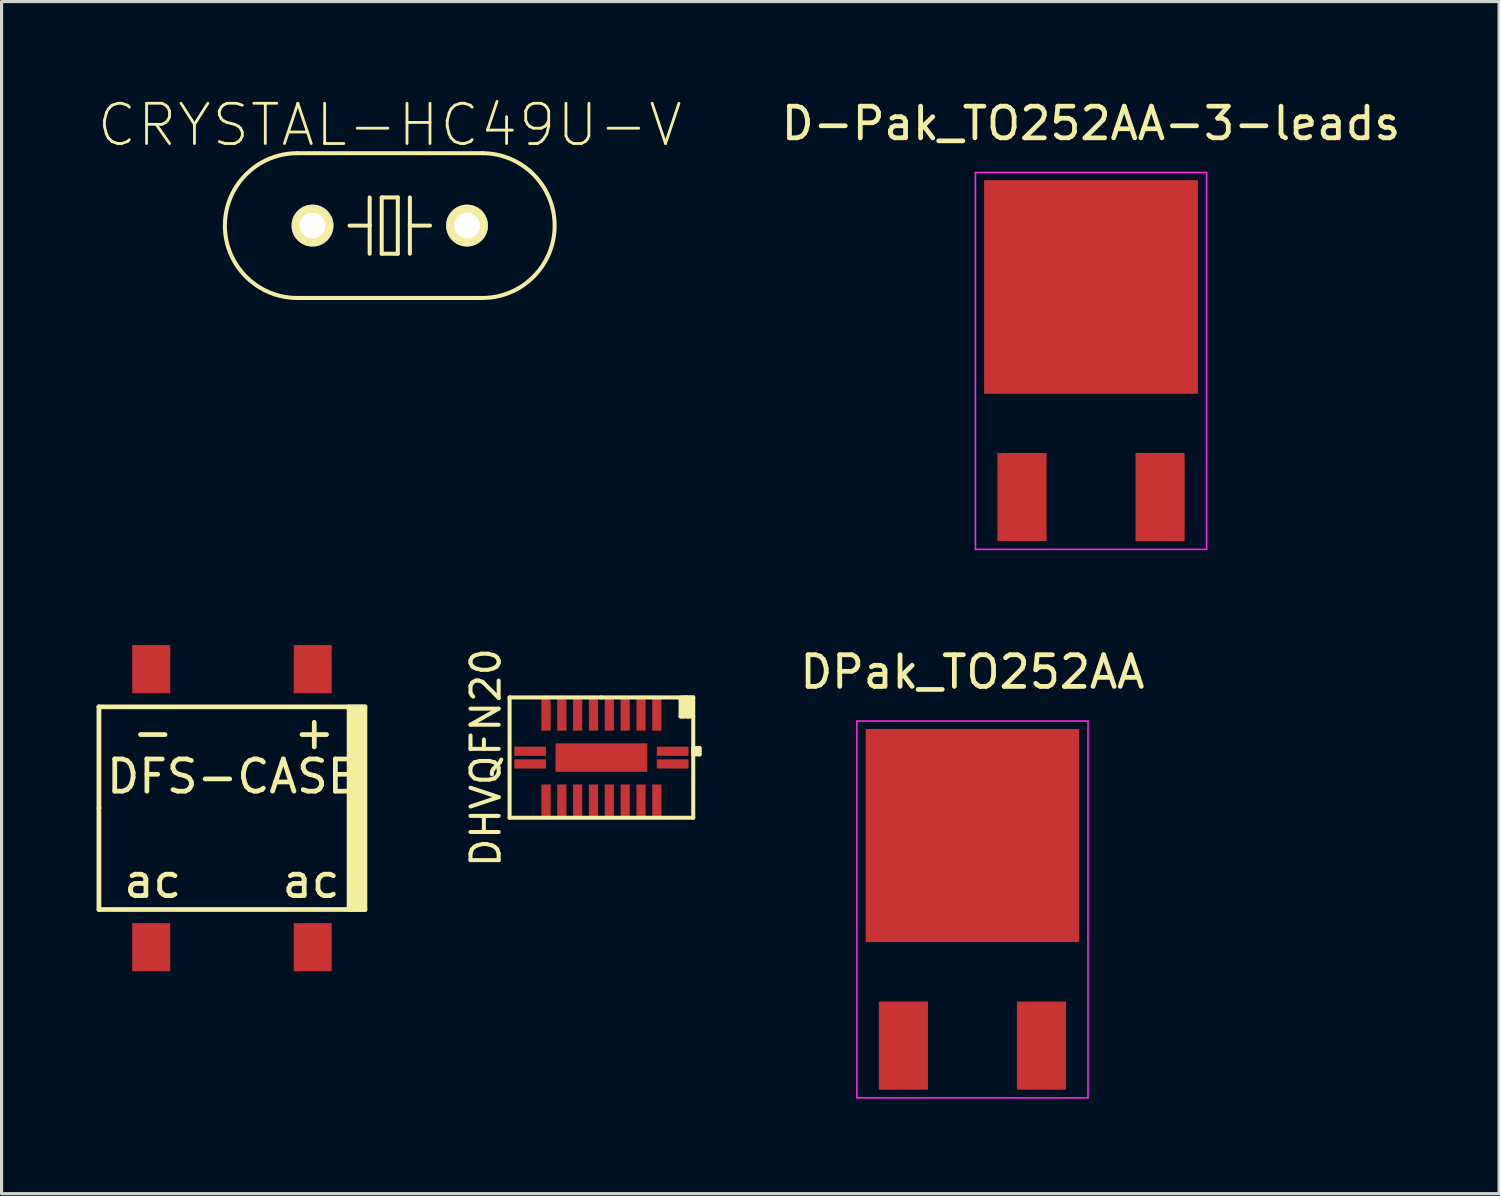
<source format=kicad_pcb>
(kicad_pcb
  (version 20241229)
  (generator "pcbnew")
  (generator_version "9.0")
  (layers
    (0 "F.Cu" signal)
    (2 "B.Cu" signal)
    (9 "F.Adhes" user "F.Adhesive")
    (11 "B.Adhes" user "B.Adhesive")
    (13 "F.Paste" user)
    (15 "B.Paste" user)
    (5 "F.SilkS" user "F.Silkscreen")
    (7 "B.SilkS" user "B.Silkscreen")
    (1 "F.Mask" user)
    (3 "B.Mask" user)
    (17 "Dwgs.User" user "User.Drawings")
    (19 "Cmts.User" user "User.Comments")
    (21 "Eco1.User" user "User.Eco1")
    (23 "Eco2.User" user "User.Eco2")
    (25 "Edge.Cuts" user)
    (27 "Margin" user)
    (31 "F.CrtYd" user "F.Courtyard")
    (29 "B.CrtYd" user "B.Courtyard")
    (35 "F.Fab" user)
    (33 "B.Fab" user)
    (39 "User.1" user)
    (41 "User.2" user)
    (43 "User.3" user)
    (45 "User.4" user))
  (footprint "DHVQFN20"
    (layer "F.Cu")
    (at 15.943 20.875)
    (property "Reference" "DHVQFN20" (at -3.65 0 90) (layer "F.SilkS") (effects (font (size 0.889 0.889) (thickness 0.127))))
    (attr through_hole)
    (fp_line (start -2.9 -1.9) (end -2.9 1.9) (stroke (width 0.127) (type solid)) (layer "F.SilkS"))
    (fp_line (start -2.9 1.9) (end 2.9 1.9) (stroke (width 0.127) (type solid)) (layer "F.SilkS"))
    (fp_line (start 0 -1.9) (end -2.9 -1.9) (stroke (width 0.127) (type solid)) (layer "F.SilkS"))
    (fp_line (start 2.5 -1.3) (end 2.5 -1.9) (stroke (width 0.127) (type solid)) (layer "F.SilkS"))
    (fp_line (start 2.5 -1.3) (end 2.9 -1.3) (stroke (width 0.127) (type solid)) (layer "F.SilkS"))
    (fp_line (start 2.6 -1.9) (end 2.6 -1.3) (stroke (width 0.127) (type solid)) (layer "F.SilkS"))
    (fp_line (start 2.6 -1.3) (end 2.5 -1.3) (stroke (width 0.127) (type solid)) (layer "F.SilkS"))
    (fp_line (start 2.7 -1.9) (end 2.6 -1.9) (stroke (width 0.127) (type solid)) (layer "F.SilkS"))
    (fp_line (start 2.7 -1.3) (end 2.7 -1.9) (stroke (width 0.127) (type solid)) (layer "F.SilkS"))
    (fp_line (start 2.8 -1.9) (end 2.8 -1.3) (stroke (width 0.127) (type solid)) (layer "F.SilkS"))
    (fp_line (start 2.8 -1.3) (end 2.7 -1.3) (stroke (width 0.127) (type solid)) (layer "F.SilkS"))
    (fp_line (start 2.9 -1.9) (end 0 -1.9) (stroke (width 0.127) (type solid)) (layer "F.SilkS"))
    (fp_line (start 2.9 -0.3) (end 3.1 -0.3) (stroke (width 0.127) (type solid)) (layer "F.SilkS"))
    (fp_line (start 2.9 -0.2) (end 3.1 -0.2) (stroke (width 0.127) (type solid)) (layer "F.SilkS"))
    (fp_line (start 2.9 -0.1) (end 2.9 -0.2) (stroke (width 0.127) (type solid)) (layer "F.SilkS"))
    (fp_line (start 2.9 1.9) (end 2.9 -1.9) (stroke (width 0.127) (type solid)) (layer "F.SilkS"))
    (fp_line (start 3.1 -0.3) (end 3.1 -0.1) (stroke (width 0.127) (type solid)) (layer "F.SilkS"))
    (fp_line (start 3.1 -0.1) (end 2.9 -0.1) (stroke (width 0.127) (type solid)) (layer "F.SilkS"))
    (pad "1" smd rect (at 2.25 -0.2) (size 1 0.29) (layers "F.Cu" "F.Mask" "F.Paste"))
    (pad "2" smd rect (at 1.75 -1.35) (size 0.29 1) (layers "F.Cu" "F.Mask" "F.Paste"))
    (pad "3" smd rect (at 1.25 -1.35) (size 0.29 1) (layers "F.Cu" "F.Mask" "F.Paste"))
    (pad "4" smd rect (at 0.75 -1.35) (size 0.29 1) (layers "F.Cu" "F.Mask" "F.Paste"))
    (pad "5" smd rect (at 0.25 -1.35) (size 0.29 1) (layers "F.Cu" "F.Mask" "F.Paste"))
    (pad "6" smd rect (at -0.25 -1.35) (size 0.29 1) (layers "F.Cu" "F.Mask" "F.Paste"))
    (pad "7" smd rect (at -0.75 -1.35) (size 0.29 1) (layers "F.Cu" "F.Mask" "F.Paste"))
    (pad "8" smd rect (at -1.25 -1.35) (size 0.29 1) (layers "F.Cu" "F.Mask" "F.Paste"))
    (pad "9" smd rect (at -1.75 -1.35) (size 0.29 1) (layers "F.Cu" "F.Mask" "F.Paste"))
    (pad "11" smd rect (at -2.25 -0.2) (size 1 0.29) (layers "F.Cu" "F.Mask" "F.Paste"))
    (pad "12" smd rect (at -2.25 0.2) (size 1 0.29) (layers "F.Cu" "F.Mask" "F.Paste"))
    (pad "12" smd rect (at -1.75 1.35) (size 0.29 1) (layers "F.Cu" "F.Mask" "F.Paste"))
    (pad "13" smd rect (at -1.25 1.35) (size 0.29 1) (layers "F.Cu" "F.Mask" "F.Paste"))
    (pad "14" smd rect (at -0.75 1.35) (size 0.29 1) (layers "F.Cu" "F.Mask" "F.Paste"))
    (pad "15" smd rect (at -0.25 1.35) (size 0.29 1) (layers "F.Cu" "F.Mask" "F.Paste"))
    (pad "16" smd rect (at 0.25 1.35) (size 0.29 1) (layers "F.Cu" "F.Mask" "F.Paste"))
    (pad "17" smd rect (at 0.75 1.35) (size 0.29 1) (layers "F.Cu" "F.Mask" "F.Paste"))
    (pad "18" smd rect (at 1.25 1.35) (size 0.29 1) (layers "F.Cu" "F.Mask" "F.Paste"))
    (pad "19" smd rect (at 1.75 1.35) (size 0.29 1) (layers "F.Cu" "F.Mask" "F.Paste"))
    (pad "20" smd rect (at 2.25 0.2) (size 1 0.29) (layers "F.Cu" "F.Mask" "F.Paste"))
    (pad "GND" smd rect (at 0 0) (size 2.9 0.9) (layers "F.Cu" "F.Mask" "F.Paste")))
  (footprint "DPak_TO252AA"
    (layer "F.Cu")
    (at 27.66 25.672)
    (property "Reference" "DPak_TO252AA" (at 0 -7.5 0) (layer "F.SilkS") (effects (font (size 1 1) (thickness 0.15))))
    (attr smd)
    (fp_line (start -3.65 -5.95) (end 3.65 -5.95) (stroke (width 0.05) (type solid)) (layer "F.CrtYd"))
    (fp_line (start -3.65 5.95) (end -3.65 -5.95) (stroke (width 0.05) (type solid)) (layer "F.CrtYd"))
    (fp_line (start 3.65 -5.95) (end 3.65 5.95) (stroke (width 0.05) (type solid)) (layer "F.CrtYd"))
    (fp_line (start 3.65 5.95) (end -3.65 5.95) (stroke (width 0.05) (type solid)) (layer "F.CrtYd"))
    (pad "1" smd rect (at -2.18 4.3) (size 1.55 2.78) (layers "F.Cu" "F.Mask" "F.Paste"))
    (pad "2" smd rect (at 0 -2.335) (size 6.74 6.73) (layers "F.Cu" "F.Mask" "F.Paste"))
    (pad "3" smd rect (at 2.18 4.3) (size 1.55 2.78) (layers "F.Cu" "F.Mask" "F.Paste")))
  (footprint "CRYSTAL-HC49U-V"
    (layer "F.Cu")
    (at 9.259 4.074)
    (property "Reference" "CRYSTAL-HC49U-V" (at 0 -3.175 0) (layer "F.SilkS") (effects (font (size 1.27 1.27) (thickness 0.089))))
    (attr exclude_from_pos_files exclude_from_bom)
    (fp_line (start -2.921 -2.286) (end 2.921 -2.286) (stroke (width 0.127) (type solid)) (layer "F.SilkS"))
    (fp_line (start -2.921 2.286) (end 2.921 2.286) (stroke (width 0.127) (type solid)) (layer "F.SilkS"))
    (fp_line (start -0.635 -0.889) (end -0.635 0) (stroke (width 0.127) (type solid)) (layer "F.SilkS"))
    (fp_line (start -0.635 0) (end -1.27 0) (stroke (width 0.127) (type solid)) (layer "F.SilkS"))
    (fp_line (start -0.635 0) (end -0.635 0.889) (stroke (width 0.127) (type solid)) (layer "F.SilkS"))
    (fp_line (start -0.254 -0.889) (end 0.254 -0.889) (stroke (width 0.127) (type solid)) (layer "F.SilkS"))
    (fp_line (start -0.254 0.889) (end -0.254 -0.889) (stroke (width 0.127) (type solid)) (layer "F.SilkS"))
    (fp_line (start 0.254 -0.889) (end 0.254 0.889) (stroke (width 0.127) (type solid)) (layer "F.SilkS"))
    (fp_line (start 0.254 0.889) (end -0.254 0.889) (stroke (width 0.127) (type solid)) (layer "F.SilkS"))
    (fp_line (start 0.635 -0.889) (end 0.635 0) (stroke (width 0.127) (type solid)) (layer "F.SilkS"))
    (fp_line (start 0.635 0) (end 0.635 0.889) (stroke (width 0.127) (type solid)) (layer "F.SilkS"))
    (fp_line (start 0.635 0) (end 1.27 0) (stroke (width 0.127) (type solid)) (layer "F.SilkS"))
    (fp_arc (start -2.921 2.286) (mid -5.207 0) (end -2.921 -2.286) (stroke (width 0.127) (type solid)) (layer "F.SilkS"))
    (fp_arc (start 2.921 -2.286) (mid 5.207 0) (end 2.921 2.286) (stroke (width 0.127) (type solid)) (layer "F.SilkS"))
    (pad "1" thru_hole circle (at -2.44 0) (size 1.321 1.321) (drill 0.813) (layers "*.Cu" "*.Mask" "F.SilkS"))
    (pad "2" thru_hole circle (at 2.44 0) (size 1.321 1.321) (drill 0.813) (layers "*.Cu" "*.Mask" "F.SilkS")))
  (footprint "D-Pak_TO252AA-3-leads"
    (layer "F.Cu")
    (at 31.405 8.348)
    (property "Reference" "D-Pak_TO252AA-3-leads" (at 0 -7.5 0) (layer "F.SilkS") (effects (font (size 1 1) (thickness 0.15))))
    (attr smd)
    (fp_line (start -3.65 -5.95) (end 3.65 -5.95) (stroke (width 0.05) (type solid)) (layer "F.CrtYd"))
    (fp_line (start -3.65 5.95) (end -3.65 -5.95) (stroke (width 0.05) (type solid)) (layer "F.CrtYd"))
    (fp_line (start 3.65 -5.95) (end 3.65 5.95) (stroke (width 0.05) (type solid)) (layer "F.CrtYd"))
    (fp_line (start 3.65 5.95) (end -3.65 5.95) (stroke (width 0.05) (type solid)) (layer "F.CrtYd"))
    (pad "1" smd rect (at -2.18 4.3) (size 1.55 2.78) (layers "F.Cu" "F.Mask" "F.Paste"))
    (pad "2" smd rect (at 0 -2.335) (size 6.74 6.73) (layers "F.Cu" "F.Mask" "F.Paste"))
    (pad "3" smd rect (at 2.18 4.3) (size 1.55 2.78) (layers "F.Cu" "F.Mask" "F.Paste"))
    (pad "4" smd rect (at 0 -2.335) (size 6.74 6.73) (layers "F.Cu" "F.Mask" "F.Paste")))
  (footprint "DFS-CASE"
    (layer "F.Cu")
    (at 4.275 22.473)
    (property "Reference" "DFS-CASE" (at 0 -1 0) (layer "F.SilkS") (effects (font (size 1.016 1.016) (thickness 0.15))))
    (attr through_hole)
    (fp_line (start -4.2 -3.2) (end 4.2 -3.2) (stroke (width 0.15) (type solid)) (layer "F.SilkS"))
    (fp_line (start -4.2 0) (end -4.2 -3.2) (stroke (width 0.15) (type solid)) (layer "F.SilkS"))
    (fp_line (start -4.2 3.2) (end -4.2 0) (stroke (width 0.15) (type solid)) (layer "F.SilkS"))
    (fp_line (start 3.7 -3.2) (end 3.7 3.2) (stroke (width 0.15) (type solid)) (layer "F.SilkS"))
    (fp_line (start 3.8 -3.2) (end 3.8 3.2) (stroke (width 0.15) (type solid)) (layer "F.SilkS"))
    (fp_line (start 3.9 3.2) (end 3.9 -3.2) (stroke (width 0.15) (type solid)) (layer "F.SilkS"))
    (fp_line (start 4 -3.2) (end 4 3.2) (stroke (width 0.15) (type solid)) (layer "F.SilkS"))
    (fp_line (start 4.1 3.2) (end 4.1 -3.2) (stroke (width 0.15) (type solid)) (layer "F.SilkS"))
    (fp_line (start 4.2 -3.2) (end 4.2 3.2) (stroke (width 0.15) (type solid)) (layer "F.SilkS"))
    (fp_line (start 4.2 3.2) (end -4.2 3.2) (stroke (width 0.15) (type solid)) (layer "F.SilkS"))
    (fp_text user "-" (at -2.5 -2.4 0) (layer "F.SilkS") (effects (font (size 1.016 1.016) (thickness 0.15))))
    (fp_text user "ac" (at 2.5 2.3 0) (layer "F.SilkS") (effects (font (size 1.016 1.016) (thickness 0.15))))
    (fp_text user "ac" (at -2.5 2.3 0) (layer "F.SilkS") (effects (font (size 1.016 1.016) (thickness 0.15))))
    (fp_text user "+" (at 2.6 -2.4 0) (layer "F.SilkS") (effects (font (size 1.016 1.016) (thickness 0.15))))
    (pad "1" smd rect (at -2.55 -4.39) (size 1.2 1.52) (layers "F.Cu" "F.Mask" "F.Paste"))
    (pad "2" smd rect (at -2.55 4.39) (size 1.2 1.52) (layers "F.Cu" "F.Mask" "F.Paste"))
    (pad "3" smd rect (at 2.55 -4.39) (size 1.2 1.52) (layers "F.Cu" "F.Mask" "F.Paste"))
    (pad "4" smd rect (at 2.55 4.39) (size 1.2 1.52) (layers "F.Cu" "F.Mask" "F.Paste")))
  (gr_rect
    (start -3 -3)
    (end 44.292 34.647)
    (stroke (width 0.1) (type default))
    (fill no)
    (layer "Edge.Cuts")))
</source>
